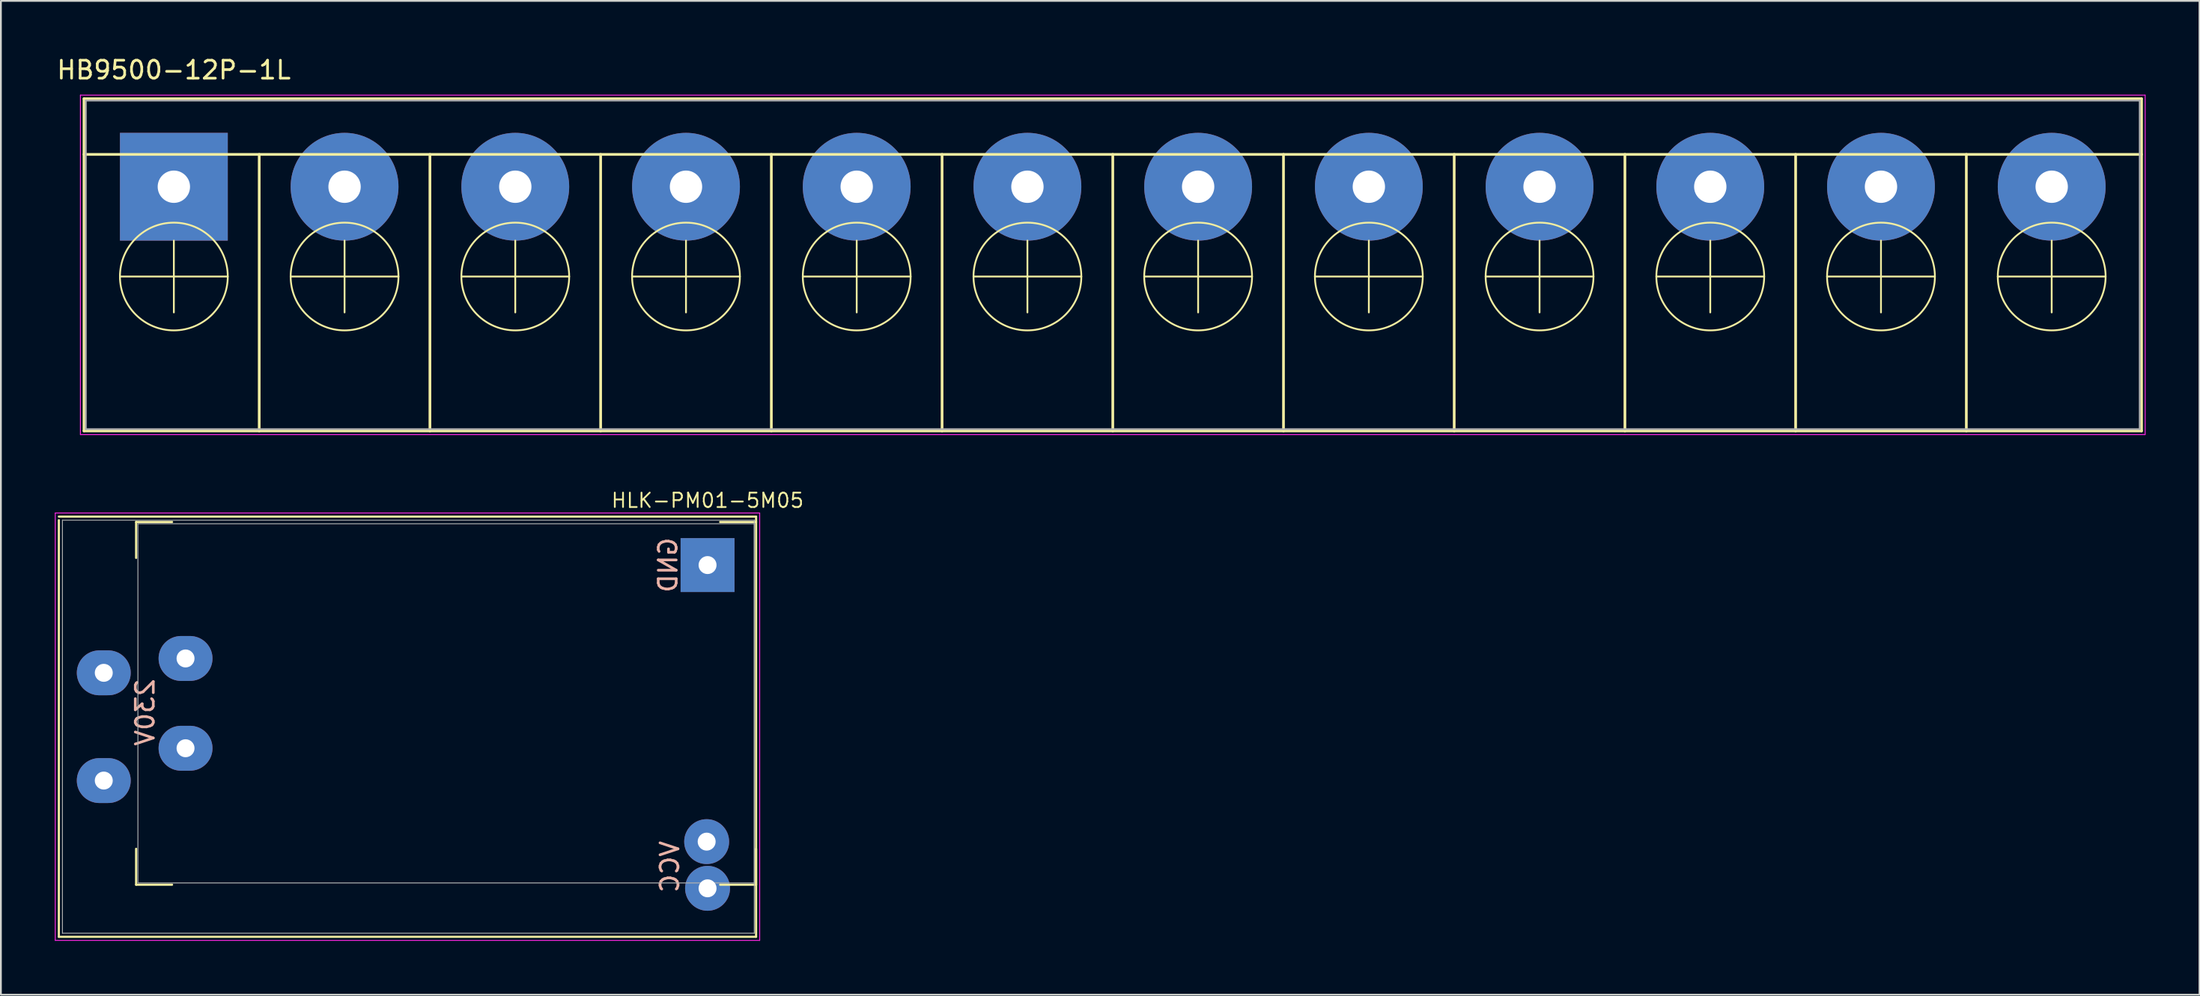
<source format=kicad_pcb>
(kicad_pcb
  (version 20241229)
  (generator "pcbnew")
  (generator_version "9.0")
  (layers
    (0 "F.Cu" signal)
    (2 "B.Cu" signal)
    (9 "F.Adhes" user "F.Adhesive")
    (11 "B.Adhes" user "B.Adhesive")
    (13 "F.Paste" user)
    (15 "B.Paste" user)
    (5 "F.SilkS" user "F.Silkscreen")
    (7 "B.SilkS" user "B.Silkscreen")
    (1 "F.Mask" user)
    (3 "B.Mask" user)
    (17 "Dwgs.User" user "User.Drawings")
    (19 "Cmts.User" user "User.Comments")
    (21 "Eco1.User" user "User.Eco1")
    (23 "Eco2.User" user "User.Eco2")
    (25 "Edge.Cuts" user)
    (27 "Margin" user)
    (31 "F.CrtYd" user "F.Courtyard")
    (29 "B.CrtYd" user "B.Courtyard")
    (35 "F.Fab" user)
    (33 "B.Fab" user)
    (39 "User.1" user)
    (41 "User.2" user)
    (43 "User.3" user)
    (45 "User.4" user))
  (footprint "HLK-PM01-5M05"
    (layer "F.Cu")
    (at 36.325 28.417)
    (property "Reference" "HLK-PM01-5M05" (at 0 -3.6 180) (layer "F.SilkS") (effects (font (size 0.8 0.8) (thickness 0.1))))
    (attr through_hole)
    (fp_line (start -36.1 -2.7) (end 2.7 -2.7) (stroke (width 0.12) (type solid)) (layer "F.SilkS"))
    (fp_line (start -36.1 -2.5) (end -36.1 20.7) (stroke (width 0.12) (type solid)) (layer "F.SilkS"))
    (fp_line (start -36.1 20.7) (end 2.7 20.7) (stroke (width 0.12) (type solid)) (layer "F.SilkS"))
    (fp_line (start -31.8 -0.4) (end -31.8 -2.4) (stroke (width 0.12) (type solid)) (layer "F.SilkS"))
    (fp_line (start -31.8 17.8) (end -31.8 15.8) (stroke (width 0.12) (type solid)) (layer "F.SilkS"))
    (fp_line (start -29.8 -2.4) (end -31.8 -2.4) (stroke (width 0.12) (type solid)) (layer "F.SilkS"))
    (fp_line (start -29.8 17.8) (end -31.8 17.8) (stroke (width 0.12) (type solid)) (layer "F.SilkS"))
    (fp_line (start 2.7 -2.7) (end 2.7 20.7) (stroke (width 0.12) (type solid)) (layer "F.SilkS"))
    (fp_line (start 2.7 -2.4) (end 0.7 -2.4) (stroke (width 0.12) (type solid)) (layer "F.SilkS"))
    (fp_line (start 2.7 17.8) (end 0.7 17.8) (stroke (width 0.12) (type solid)) (layer "F.SilkS"))
    (fp_line (start 2.7 17.8) (end 2.7 15.8) (stroke (width 0.12) (type solid)) (layer "F.SilkS"))
    (fp_line (start -36.3 -2.9) (end 2.9 -2.9) (stroke (width 0.05) (type solid)) (layer "F.CrtYd"))
    (fp_line (start -36.3 20.9) (end -36.3 -2.9) (stroke (width 0.05) (type solid)) (layer "F.CrtYd"))
    (fp_line (start 2.9 -2.9) (end 2.9 20.9) (stroke (width 0.05) (type solid)) (layer "F.CrtYd"))
    (fp_line (start 2.9 20.9) (end -36.3 20.9) (stroke (width 0.05) (type solid)) (layer "F.CrtYd"))
    (fp_line (start -35.9 -2.5) (end -35.9 20.5) (stroke (width 0.05) (type solid)) (layer "F.Fab"))
    (fp_line (start -35.9 -2.5) (end 2.6 -2.5) (stroke (width 0.05) (type solid)) (layer "F.Fab"))
    (fp_line (start -31.7 -2.3) (end 2.6 -2.3) (stroke (width 0.05) (type solid)) (layer "F.Fab"))
    (fp_line (start -31.7 17.7) (end -31.7 -2.3) (stroke (width 0.05) (type solid)) (layer "F.Fab"))
    (fp_line (start 2.6 -2.5) (end 2.6 20.5) (stroke (width 0.05) (type solid)) (layer "F.Fab"))
    (fp_line (start 2.6 -2.3) (end 2.6 17.7) (stroke (width 0.05) (type solid)) (layer "F.Fab"))
    (fp_line (start 2.6 17.7) (end -31.7 17.7) (stroke (width 0.05) (type solid)) (layer "F.Fab"))
    (fp_line (start 2.6 20.5) (end -35.9 20.5) (stroke (width 0.05) (type solid)) (layer "F.Fab"))
    (fp_text user "VCC" (at -2.1 16.8 90) (layer "B.SilkS") (effects (font (size 1 1) (thickness 0.15)) (justify mirror)))
    (fp_text user "230V" (at -31.3 8.2 90) (layer "B.SilkS") (effects (font (size 1 1) (thickness 0.15)) (justify mirror)))
    (fp_text user "GND" (at -2.2 0 90) (layer "B.SilkS") (effects (font (size 1 1) (thickness 0.15)) (justify mirror)))
    (pad "1" thru_hole rect (at 0 0 90) (size 3 3) (drill 1) (layers "*.Cu" "*.Mask"))
    (pad "2" thru_hole circle (at -0.05 15.4 90) (size 2.5 2.5) (drill 1) (layers "*.Cu" "*.Mask"))
    (pad "2" thru_hole circle (at 0 18 90) (size 2.5 2.5) (drill 1) (layers "*.Cu" "*.Mask"))
    (pad "3" thru_hole oval (at -33.6 12 90) (size 2.5 3) (drill 1) (layers "*.Cu" "*.Mask"))
    (pad "3" thru_hole oval (at -29.05 10.2 90) (size 2.5 3) (drill 1) (layers "*.Cu" "*.Mask"))
    (pad "4" thru_hole oval (at -33.6 6 90) (size 2.5 3) (drill 1) (layers "*.Cu" "*.Mask"))
    (pad "4" thru_hole oval (at -29.05 5.2 90) (size 2.5 3) (drill 1) (layers "*.Cu" "*.Mask")))
  (footprint "HB9500-12P-1L"
    (layer "F.Cu")
    (at 6.625 7.348)
    (property "Reference" "HB9500-12P-1L" (at 0 -6.5 0) (layer "F.SilkS") (effects (font (size 1 1) (thickness 0.15))))
    (attr through_hole)
    (fp_line (start -5 -4.9) (end 109.5 -4.9) (stroke (width 0.15) (type solid)) (layer "F.SilkS"))
    (fp_line (start -5 -1.8) (end 109.5 -1.8) (stroke (width 0.15) (type solid)) (layer "F.SilkS"))
    (fp_line (start -5 13.6) (end -5 -4.9) (stroke (width 0.15) (type solid)) (layer "F.SilkS"))
    (fp_line (start -5 13.6) (end 109.5 13.6) (stroke (width 0.15) (type solid)) (layer "F.SilkS"))
    (fp_line (start -3 5) (end 3 5) (stroke (width 0.1) (type solid)) (layer "F.SilkS"))
    (fp_line (start 0 7) (end 0 3) (stroke (width 0.1) (type solid)) (layer "F.SilkS"))
    (fp_line (start 4.75 -1.8) (end 4.75 13.6) (stroke (width 0.15) (type solid)) (layer "F.SilkS"))
    (fp_line (start 6.5 5) (end 12.5 5) (stroke (width 0.1) (type solid)) (layer "F.SilkS"))
    (fp_line (start 9.5 7) (end 9.5 3) (stroke (width 0.1) (type solid)) (layer "F.SilkS"))
    (fp_line (start 14.25 -1.8) (end 14.25 13.6) (stroke (width 0.15) (type solid)) (layer "F.SilkS"))
    (fp_line (start 16 5) (end 22 5) (stroke (width 0.1) (type solid)) (layer "F.SilkS"))
    (fp_line (start 19 7) (end 19 3) (stroke (width 0.1) (type solid)) (layer "F.SilkS"))
    (fp_line (start 23.75 -1.8) (end 23.75 13.6) (stroke (width 0.15) (type solid)) (layer "F.SilkS"))
    (fp_line (start 25.5 5) (end 31.5 5) (stroke (width 0.1) (type solid)) (layer "F.SilkS"))
    (fp_line (start 28.5 7) (end 28.5 3) (stroke (width 0.1) (type solid)) (layer "F.SilkS"))
    (fp_line (start 33.25 -1.8) (end 33.25 13.6) (stroke (width 0.15) (type solid)) (layer "F.SilkS"))
    (fp_line (start 35 5) (end 41 5) (stroke (width 0.1) (type solid)) (layer "F.SilkS"))
    (fp_line (start 38 7) (end 38 3) (stroke (width 0.1) (type solid)) (layer "F.SilkS"))
    (fp_line (start 42.75 -1.8) (end 42.75 13.6) (stroke (width 0.15) (type solid)) (layer "F.SilkS"))
    (fp_line (start 44.5 5) (end 50.5 5) (stroke (width 0.1) (type solid)) (layer "F.SilkS"))
    (fp_line (start 47.5 7) (end 47.5 3) (stroke (width 0.1) (type solid)) (layer "F.SilkS"))
    (fp_line (start 52.25 -1.8) (end 52.25 13.6) (stroke (width 0.15) (type solid)) (layer "F.SilkS"))
    (fp_line (start 54 5) (end 60 5) (stroke (width 0.1) (type solid)) (layer "F.SilkS"))
    (fp_line (start 57 7) (end 57 3) (stroke (width 0.1) (type solid)) (layer "F.SilkS"))
    (fp_line (start 61.75 -1.8) (end 61.75 13.6) (stroke (width 0.15) (type solid)) (layer "F.SilkS"))
    (fp_line (start 63.5 5) (end 69.5 5) (stroke (width 0.1) (type solid)) (layer "F.SilkS"))
    (fp_line (start 66.5 7) (end 66.5 3) (stroke (width 0.1) (type solid)) (layer "F.SilkS"))
    (fp_line (start 71.25 -1.8) (end 71.25 13.6) (stroke (width 0.15) (type solid)) (layer "F.SilkS"))
    (fp_line (start 73 5) (end 79 5) (stroke (width 0.1) (type solid)) (layer "F.SilkS"))
    (fp_line (start 76 7) (end 76 3) (stroke (width 0.1) (type solid)) (layer "F.SilkS"))
    (fp_line (start 80.75 -1.8) (end 80.75 13.6) (stroke (width 0.15) (type solid)) (layer "F.SilkS"))
    (fp_line (start 82.5 5) (end 88.5 5) (stroke (width 0.1) (type solid)) (layer "F.SilkS"))
    (fp_line (start 85.5 7) (end 85.5 3) (stroke (width 0.1) (type solid)) (layer "F.SilkS"))
    (fp_line (start 90.25 -1.8) (end 90.25 13.6) (stroke (width 0.15) (type solid)) (layer "F.SilkS"))
    (fp_line (start 92 5) (end 98 5) (stroke (width 0.1) (type solid)) (layer "F.SilkS"))
    (fp_line (start 95 7) (end 95 3) (stroke (width 0.1) (type solid)) (layer "F.SilkS"))
    (fp_line (start 99.75 -1.8) (end 99.75 13.6) (stroke (width 0.15) (type solid)) (layer "F.SilkS"))
    (fp_line (start 101.5 5) (end 107.5 5) (stroke (width 0.1) (type solid)) (layer "F.SilkS"))
    (fp_line (start 104.5 7) (end 104.5 3) (stroke (width 0.1) (type solid)) (layer "F.SilkS"))
    (fp_line (start 109.5 13.6) (end 109.5 -4.9) (stroke (width 0.15) (type solid)) (layer "F.SilkS"))
    (fp_circle (center 0 5) (end 3 5) (stroke (width 0.1) (type solid)) (fill no) (layer "F.SilkS"))
    (fp_circle (center 9.5 5) (end 12.5 5) (stroke (width 0.1) (type solid)) (fill no) (layer "F.SilkS"))
    (fp_circle (center 19 5) (end 22 5) (stroke (width 0.1) (type solid)) (fill no) (layer "F.SilkS"))
    (fp_circle (center 28.5 5) (end 31.5 5) (stroke (width 0.1) (type solid)) (fill no) (layer "F.SilkS"))
    (fp_circle (center 38 5) (end 41 5) (stroke (width 0.1) (type solid)) (fill no) (layer "F.SilkS"))
    (fp_circle (center 47.5 5) (end 50.5 5) (stroke (width 0.1) (type solid)) (fill no) (layer "F.SilkS"))
    (fp_circle (center 57 5) (end 60 5) (stroke (width 0.1) (type solid)) (fill no) (layer "F.SilkS"))
    (fp_circle (center 66.5 5) (end 69.5 5) (stroke (width 0.1) (type solid)) (fill no) (layer "F.SilkS"))
    (fp_circle (center 76 5) (end 79 5) (stroke (width 0.1) (type solid)) (fill no) (layer "F.SilkS"))
    (fp_circle (center 85.5 5) (end 88.5 5) (stroke (width 0.1) (type solid)) (fill no) (layer "F.SilkS"))
    (fp_circle (center 95 5) (end 98 5) (stroke (width 0.1) (type solid)) (fill no) (layer "F.SilkS"))
    (fp_circle (center 104.5 5) (end 107.5 5) (stroke (width 0.1) (type solid)) (fill no) (layer "F.SilkS"))
    (fp_line (start -5.2 -5.1) (end -5.2 13.8) (stroke (width 0.05) (type solid)) (layer "F.CrtYd"))
    (fp_line (start -5.2 -5.1) (end 109.7 -5.1) (stroke (width 0.05) (type solid)) (layer "F.CrtYd"))
    (fp_line (start -5.2 13.8) (end 109.7 13.8) (stroke (width 0.05) (type solid)) (layer "F.CrtYd"))
    (fp_line (start 109.7 -5.1) (end 109.7 13.8) (stroke (width 0.05) (type solid)) (layer "F.CrtYd"))
    (fp_line (start -4.9 -4.8) (end -4.9 13.5) (stroke (width 0.1) (type solid)) (layer "F.Fab"))
    (fp_line (start -4.9 -4.8) (end 109.4 -4.8) (stroke (width 0.1) (type solid)) (layer "F.Fab"))
    (fp_line (start -4.9 13.5) (end 109.4 13.5) (stroke (width 0.1) (type solid)) (layer "F.Fab"))
    (fp_line (start 109.4 -4.8) (end 109.4 13.5) (stroke (width 0.1) (type solid)) (layer "F.Fab"))
    (pad "1" thru_hole rect (at 0 0) (size 6 6) (drill 1.8) (layers "*.Cu" "*.Mask"))
    (pad "2" thru_hole circle (at 9.5 0) (size 6 6) (drill 1.8) (layers "*.Cu" "*.Mask"))
    (pad "3" thru_hole circle (at 19 0) (size 6 6) (drill 1.8) (layers "*.Cu" "*.Mask"))
    (pad "4" thru_hole circle (at 28.5 0) (size 6 6) (drill 1.8) (layers "*.Cu" "*.Mask"))
    (pad "5" thru_hole circle (at 38 0) (size 6 6) (drill 1.8) (layers "*.Cu" "*.Mask"))
    (pad "6" thru_hole circle (at 47.5 0) (size 6 6) (drill 1.8) (layers "*.Cu" "*.Mask"))
    (pad "7" thru_hole circle (at 57 0) (size 6 6) (drill 1.8) (layers "*.Cu" "*.Mask"))
    (pad "8" thru_hole circle (at 66.5 0 90) (size 6 6) (drill 1.8) (layers "*.Cu" "*.Mask"))
    (pad "9" thru_hole circle (at 76 0) (size 6 6) (drill 1.8) (layers "*.Cu" "*.Mask"))
    (pad "10" thru_hole circle (at 85.5 0) (size 6 6) (drill 1.8) (layers "*.Cu" "*.Mask"))
    (pad "11" thru_hole circle (at 95 0 90) (size 6 6) (drill 1.8) (layers "*.Cu" "*.Mask"))
    (pad "12" thru_hole circle (at 104.5 0) (size 6 6) (drill 1.8) (layers "*.Cu" "*.Mask")))
  (gr_rect
    (start -3 -3)
    (end 119.35 52.342)
    (stroke (width 0.1) (type default))
    (fill no)
    (layer "Edge.Cuts")))
</source>
